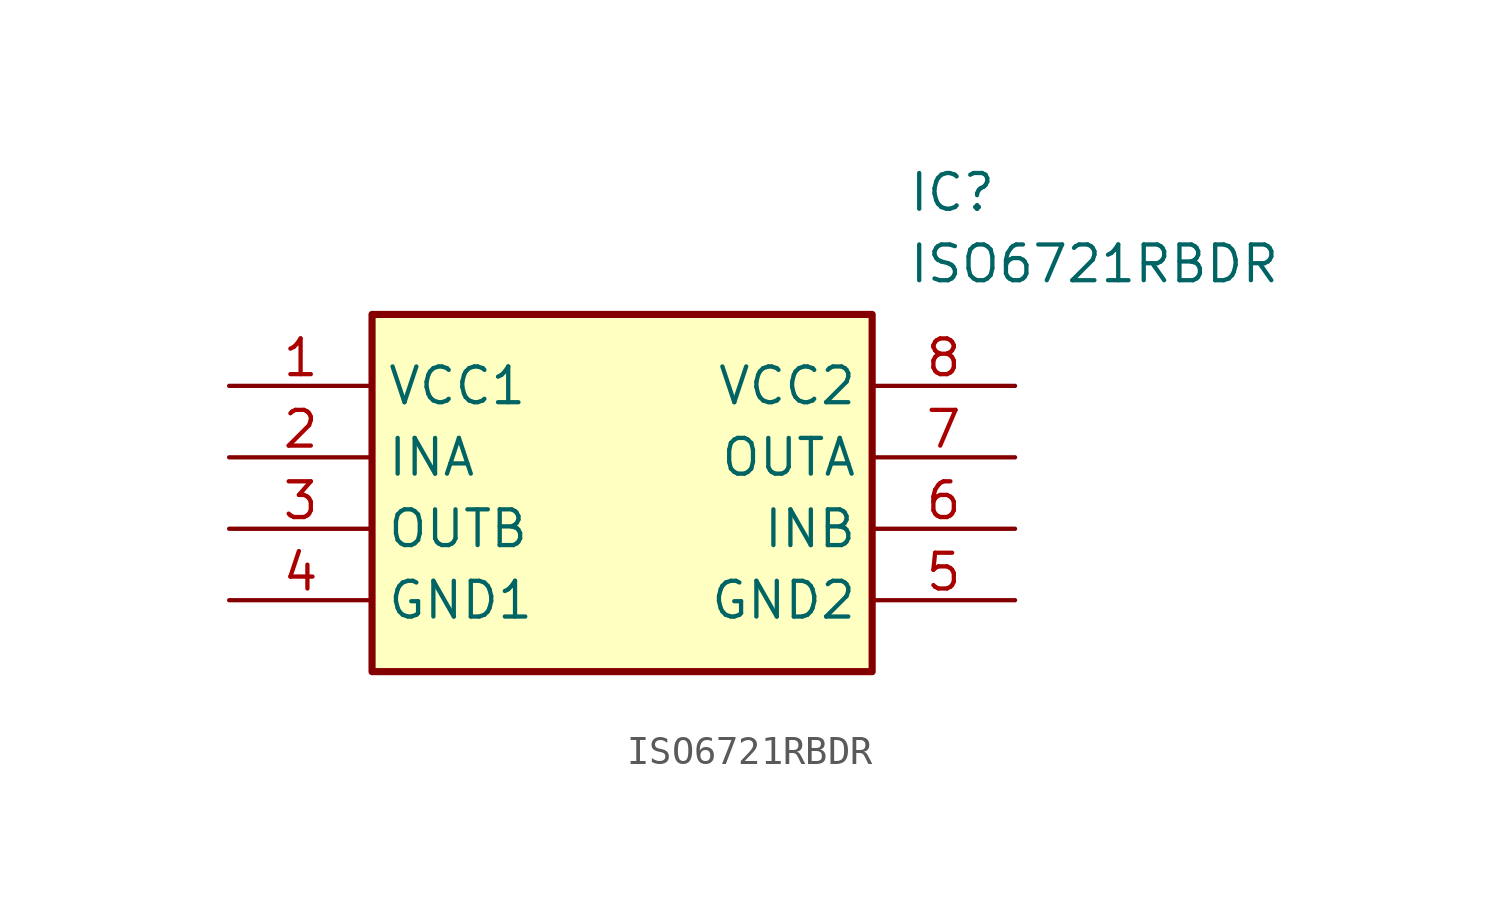
<source format=kicad_sym>
(kicad_symbol_lib
  (version 20231120)
  (generator "kicad_symbol_editor")
  (generator_version "8.0")
  (symbol "ISO6721RBDR"
    (property "Reference" "IC"
      (at 24.13 7.62 0)
      (effects (font (size 1.27 1.27)) (justify left top)))
    (property "Value" "ISO6721RBDR"
      (at 24.13 5.08 0)
      (effects (font (size 1.27 1.27)) (justify left top)))
    (symbol "ISO6721RBDR_1_1"
      (rectangle (start 5.08 2.54) (end 22.86 -10.16) (stroke (width 0.254) (type default)) (fill (type background)))
      (pin passive line (at 0 0 0) (length 5.08) (name "VCC1" (effects (font (size 1.27 1.27)))) (number "1" (effects (font (size 1.27 1.27)))))
      (pin passive line (at 0 -2.54 0) (length 5.08) (name "INA" (effects (font (size 1.27 1.27)))) (number "2" (effects (font (size 1.27 1.27)))))
      (pin passive line (at 0 -5.08 0) (length 5.08) (name "OUTB" (effects (font (size 1.27 1.27)))) (number "3" (effects (font (size 1.27 1.27)))))
      (pin passive line (at 0 -7.62 0) (length 5.08) (name "GND1" (effects (font (size 1.27 1.27)))) (number "4" (effects (font (size 1.27 1.27)))))
      (pin passive line (at 27.94 -7.62 180) (length 5.08) (name "GND2" (effects (font (size 1.27 1.27)))) (number "5" (effects (font (size 1.27 1.27)))))
      (pin passive line (at 27.94 -5.08 180) (length 5.08) (name "INB" (effects (font (size 1.27 1.27)))) (number "6" (effects (font (size 1.27 1.27)))))
      (pin passive line (at 27.94 -2.54 180) (length 5.08) (name "OUTA" (effects (font (size 1.27 1.27)))) (number "7" (effects (font (size 1.27 1.27)))))
      (pin passive line (at 27.94 0 180) (length 5.08) (name "VCC2" (effects (font (size 1.27 1.27)))) (number "8" (effects (font (size 1.27 1.27))))))))
</source>
